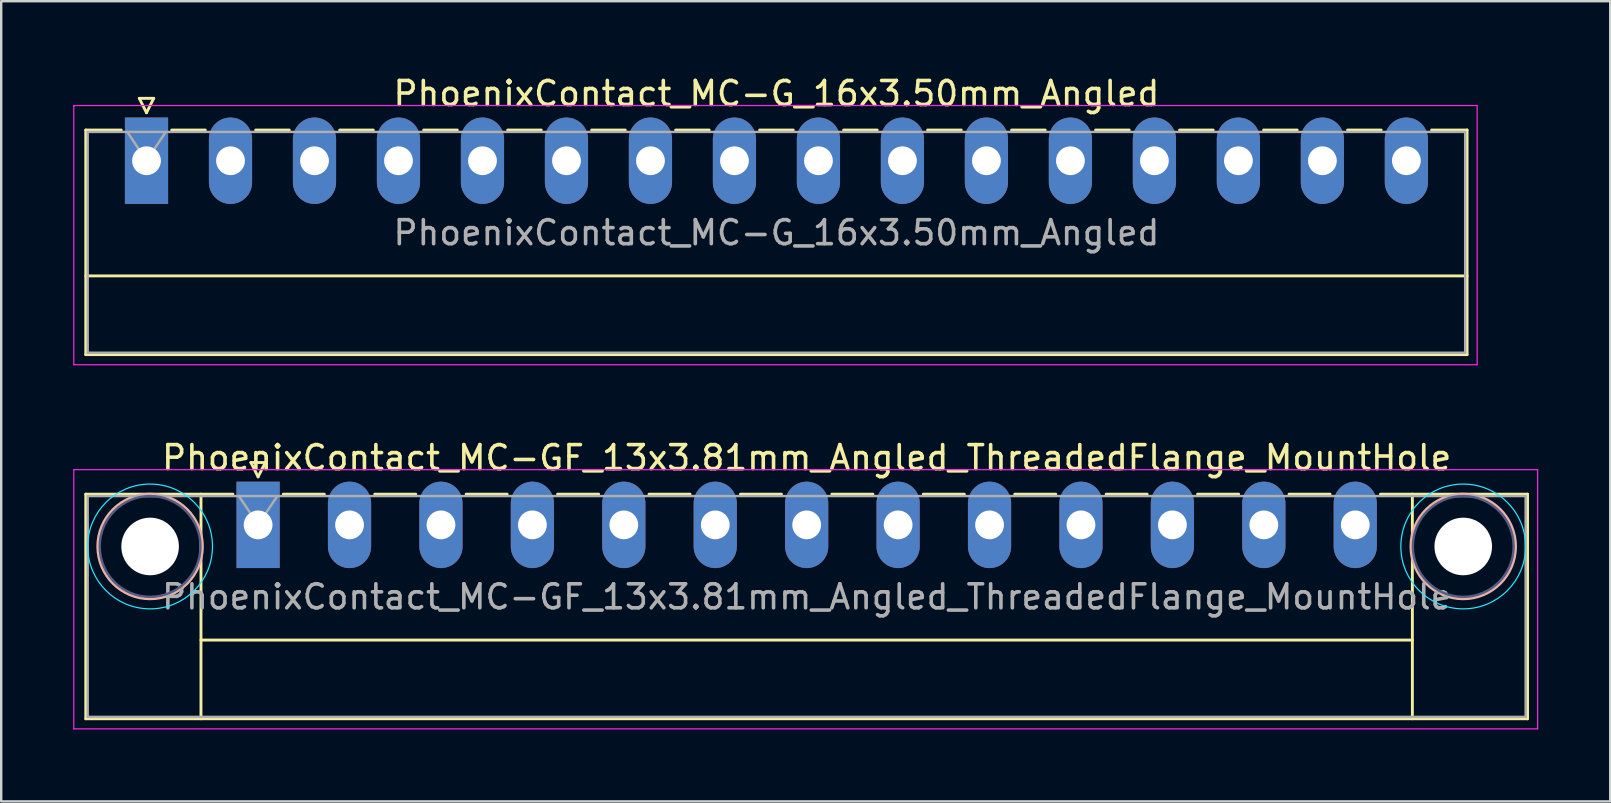
<source format=kicad_pcb>
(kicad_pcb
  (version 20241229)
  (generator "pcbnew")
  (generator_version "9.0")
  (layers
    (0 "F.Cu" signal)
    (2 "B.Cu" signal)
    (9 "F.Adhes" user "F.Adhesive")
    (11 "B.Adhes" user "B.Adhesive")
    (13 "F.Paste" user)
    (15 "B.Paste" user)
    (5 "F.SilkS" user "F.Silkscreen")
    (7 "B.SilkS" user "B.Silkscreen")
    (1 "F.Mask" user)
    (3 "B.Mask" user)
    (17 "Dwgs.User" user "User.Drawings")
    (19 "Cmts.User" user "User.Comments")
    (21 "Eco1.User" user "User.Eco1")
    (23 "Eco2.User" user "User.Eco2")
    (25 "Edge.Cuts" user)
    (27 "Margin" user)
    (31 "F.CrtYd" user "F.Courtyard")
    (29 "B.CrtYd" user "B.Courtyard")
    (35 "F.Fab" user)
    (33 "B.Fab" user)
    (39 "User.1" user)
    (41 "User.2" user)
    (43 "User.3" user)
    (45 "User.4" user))
  (footprint "PhoenixContact_MC-G_16x3.50mm_Angled"
    (layer "F.Cu")
    (at 3.055 3.648)
    (property "Reference" "PhoenixContact_MC-G_16x3.50mm_Angled" (at 26.25 -2.8 0) (layer "F.SilkS") (effects (font (size 1 1) (thickness 0.15))))
    (attr through_hole)
    (fp_line (start -2.53 -1.28) (end -2.53 8.08) (stroke (width 0.12) (type solid)) (layer "F.SilkS"))
    (fp_line (start -2.53 -1.28) (end -1.05 -1.28) (stroke (width 0.12) (type solid)) (layer "F.SilkS"))
    (fp_line (start -2.53 4.8) (end 55.03 4.8) (stroke (width 0.12) (type solid)) (layer "F.SilkS"))
    (fp_line (start -2.53 8.08) (end 55.03 8.08) (stroke (width 0.12) (type solid)) (layer "F.SilkS"))
    (fp_line (start -0.3 -2.6) (end 0.3 -2.6) (stroke (width 0.12) (type solid)) (layer "F.SilkS"))
    (fp_line (start 0 -2) (end -0.3 -2.6) (stroke (width 0.12) (type solid)) (layer "F.SilkS"))
    (fp_line (start 0.3 -2.6) (end 0 -2) (stroke (width 0.12) (type solid)) (layer "F.SilkS"))
    (fp_line (start 1.05 -1.28) (end 2.45 -1.28) (stroke (width 0.12) (type solid)) (layer "F.SilkS"))
    (fp_line (start 4.55 -1.28) (end 5.95 -1.28) (stroke (width 0.12) (type solid)) (layer "F.SilkS"))
    (fp_line (start 8.05 -1.28) (end 9.45 -1.28) (stroke (width 0.12) (type solid)) (layer "F.SilkS"))
    (fp_line (start 11.55 -1.28) (end 12.95 -1.28) (stroke (width 0.12) (type solid)) (layer "F.SilkS"))
    (fp_line (start 15.05 -1.28) (end 16.45 -1.28) (stroke (width 0.12) (type solid)) (layer "F.SilkS"))
    (fp_line (start 18.55 -1.28) (end 19.95 -1.28) (stroke (width 0.12) (type solid)) (layer "F.SilkS"))
    (fp_line (start 22.05 -1.28) (end 23.45 -1.28) (stroke (width 0.12) (type solid)) (layer "F.SilkS"))
    (fp_line (start 25.55 -1.28) (end 26.95 -1.28) (stroke (width 0.12) (type solid)) (layer "F.SilkS"))
    (fp_line (start 29.05 -1.28) (end 30.45 -1.28) (stroke (width 0.12) (type solid)) (layer "F.SilkS"))
    (fp_line (start 32.55 -1.28) (end 33.95 -1.28) (stroke (width 0.12) (type solid)) (layer "F.SilkS"))
    (fp_line (start 36.05 -1.28) (end 37.45 -1.28) (stroke (width 0.12) (type solid)) (layer "F.SilkS"))
    (fp_line (start 39.55 -1.28) (end 40.95 -1.28) (stroke (width 0.12) (type solid)) (layer "F.SilkS"))
    (fp_line (start 43.05 -1.28) (end 44.45 -1.28) (stroke (width 0.12) (type solid)) (layer "F.SilkS"))
    (fp_line (start 46.55 -1.28) (end 47.95 -1.28) (stroke (width 0.12) (type solid)) (layer "F.SilkS"))
    (fp_line (start 50.05 -1.28) (end 51.45 -1.28) (stroke (width 0.12) (type solid)) (layer "F.SilkS"))
    (fp_line (start 55.03 -1.28) (end 53.55 -1.28) (stroke (width 0.12) (type solid)) (layer "F.SilkS"))
    (fp_line (start 55.03 8.08) (end 55.03 -1.28) (stroke (width 0.12) (type solid)) (layer "F.SilkS"))
    (fp_line (start -3.03 -2.3) (end -3.03 8.5) (stroke (width 0.05) (type solid)) (layer "F.CrtYd"))
    (fp_line (start -3.03 8.5) (end 55.45 8.5) (stroke (width 0.05) (type solid)) (layer "F.CrtYd"))
    (fp_line (start 55.45 -2.3) (end -3.03 -2.3) (stroke (width 0.05) (type solid)) (layer "F.CrtYd"))
    (fp_line (start 55.45 8.5) (end 55.45 -2.3) (stroke (width 0.05) (type solid)) (layer "F.CrtYd"))
    (fp_line (start -2.45 -1.2) (end -2.45 8) (stroke (width 0.1) (type solid)) (layer "F.Fab"))
    (fp_line (start -2.45 8) (end 54.95 8) (stroke (width 0.1) (type solid)) (layer "F.Fab"))
    (fp_line (start 0 0) (end -0.8 -1.2) (stroke (width 0.1) (type solid)) (layer "F.Fab"))
    (fp_line (start 0.8 -1.2) (end 0 0) (stroke (width 0.1) (type solid)) (layer "F.Fab"))
    (fp_line (start 54.95 -1.2) (end -2.45 -1.2) (stroke (width 0.1) (type solid)) (layer "F.Fab"))
    (fp_line (start 54.95 8) (end 54.95 -1.2) (stroke (width 0.1) (type solid)) (layer "F.Fab"))
    (fp_text user "${REFERENCE}" (at 26.25 3 0) (layer "F.Fab") (effects (font (size 1 1) (thickness 0.15))))
    (pad "1" thru_hole rect (at 0 0) (size 1.8 3.6) (drill 1.2) (layers "*.Cu" "*.Mask"))
    (pad "2" thru_hole oval (at 3.5 0) (size 1.8 3.6) (drill 1.2) (layers "*.Cu" "*.Mask"))
    (pad "3" thru_hole oval (at 7 0) (size 1.8 3.6) (drill 1.2) (layers "*.Cu" "*.Mask"))
    (pad "4" thru_hole oval (at 10.5 0) (size 1.8 3.6) (drill 1.2) (layers "*.Cu" "*.Mask"))
    (pad "5" thru_hole oval (at 14 0) (size 1.8 3.6) (drill 1.2) (layers "*.Cu" "*.Mask"))
    (pad "6" thru_hole oval (at 17.5 0) (size 1.8 3.6) (drill 1.2) (layers "*.Cu" "*.Mask"))
    (pad "7" thru_hole oval (at 21 0) (size 1.8 3.6) (drill 1.2) (layers "*.Cu" "*.Mask"))
    (pad "8" thru_hole oval (at 24.5 0) (size 1.8 3.6) (drill 1.2) (layers "*.Cu" "*.Mask"))
    (pad "9" thru_hole oval (at 28 0) (size 1.8 3.6) (drill 1.2) (layers "*.Cu" "*.Mask"))
    (pad "10" thru_hole oval (at 31.5 0) (size 1.8 3.6) (drill 1.2) (layers "*.Cu" "*.Mask"))
    (pad "11" thru_hole oval (at 35 0) (size 1.8 3.6) (drill 1.2) (layers "*.Cu" "*.Mask"))
    (pad "12" thru_hole oval (at 38.5 0) (size 1.8 3.6) (drill 1.2) (layers "*.Cu" "*.Mask"))
    (pad "13" thru_hole oval (at 42 0) (size 1.8 3.6) (drill 1.2) (layers "*.Cu" "*.Mask"))
    (pad "14" thru_hole oval (at 45.5 0) (size 1.8 3.6) (drill 1.2) (layers "*.Cu" "*.Mask"))
    (pad "15" thru_hole oval (at 49 0) (size 1.8 3.6) (drill 1.2) (layers "*.Cu" "*.Mask"))
    (pad "16" thru_hole oval (at 52.5 0) (size 1.8 3.6) (drill 1.2) (layers "*.Cu" "*.Mask")))
  (footprint "PhoenixContact_MC-GF_13x3.81mm_Angled_ThreadedFlange_MountHole"
    (layer "F.Cu")
    (at 7.705 18.822)
    (property "Reference" "PhoenixContact_MC-GF_13x3.81mm_Angled_ThreadedFlange_MountHole" (at 22.86 -2.8 0) (layer "F.SilkS") (effects (font (size 1 1) (thickness 0.15))))
    (attr through_hole)
    (fp_line (start -7.18 -1.28) (end -7.18 8.08) (stroke (width 0.12) (type solid)) (layer "F.SilkS"))
    (fp_line (start -7.18 -1.28) (end -1.05 -1.28) (stroke (width 0.12) (type solid)) (layer "F.SilkS"))
    (fp_line (start -7.18 8.08) (end 52.9 8.08) (stroke (width 0.12) (type solid)) (layer "F.SilkS"))
    (fp_line (start -2.38 -1.28) (end -2.38 8.08) (stroke (width 0.12) (type solid)) (layer "F.SilkS"))
    (fp_line (start -2.38 4.8) (end 48.1 4.8) (stroke (width 0.12) (type solid)) (layer "F.SilkS"))
    (fp_line (start -0.3 -2.6) (end 0.3 -2.6) (stroke (width 0.12) (type solid)) (layer "F.SilkS"))
    (fp_line (start 0 -2) (end -0.3 -2.6) (stroke (width 0.12) (type solid)) (layer "F.SilkS"))
    (fp_line (start 0.3 -2.6) (end 0 -2) (stroke (width 0.12) (type solid)) (layer "F.SilkS"))
    (fp_line (start 1.05 -1.28) (end 2.76 -1.28) (stroke (width 0.12) (type solid)) (layer "F.SilkS"))
    (fp_line (start 4.86 -1.28) (end 6.57 -1.28) (stroke (width 0.12) (type solid)) (layer "F.SilkS"))
    (fp_line (start 8.67 -1.28) (end 10.38 -1.28) (stroke (width 0.12) (type solid)) (layer "F.SilkS"))
    (fp_line (start 12.48 -1.28) (end 14.19 -1.28) (stroke (width 0.12) (type solid)) (layer "F.SilkS"))
    (fp_line (start 16.29 -1.28) (end 18 -1.28) (stroke (width 0.12) (type solid)) (layer "F.SilkS"))
    (fp_line (start 20.1 -1.28) (end 21.81 -1.28) (stroke (width 0.12) (type solid)) (layer "F.SilkS"))
    (fp_line (start 23.91 -1.28) (end 25.62 -1.28) (stroke (width 0.12) (type solid)) (layer "F.SilkS"))
    (fp_line (start 27.72 -1.28) (end 29.43 -1.28) (stroke (width 0.12) (type solid)) (layer "F.SilkS"))
    (fp_line (start 31.53 -1.28) (end 33.24 -1.28) (stroke (width 0.12) (type solid)) (layer "F.SilkS"))
    (fp_line (start 35.34 -1.28) (end 37.05 -1.28) (stroke (width 0.12) (type solid)) (layer "F.SilkS"))
    (fp_line (start 39.15 -1.28) (end 40.86 -1.28) (stroke (width 0.12) (type solid)) (layer "F.SilkS"))
    (fp_line (start 42.96 -1.28) (end 44.67 -1.28) (stroke (width 0.12) (type solid)) (layer "F.SilkS"))
    (fp_line (start 48.1 -1.28) (end 48.1 8.08) (stroke (width 0.12) (type solid)) (layer "F.SilkS"))
    (fp_line (start 52.9 -1.28) (end 46.77 -1.28) (stroke (width 0.12) (type solid)) (layer "F.SilkS"))
    (fp_line (start 52.9 8.08) (end 52.9 -1.28) (stroke (width 0.12) (type solid)) (layer "F.SilkS"))
    (fp_circle (center -4.5 0.9) (end -2.32 0.9) (stroke (width 0.12) (type solid)) (fill no) (layer "B.SilkS"))
    (fp_circle (center 50.22 0.9) (end 52.4 0.9) (stroke (width 0.12) (type solid)) (fill no) (layer "B.SilkS"))
    (fp_circle (center -4.5 0.9) (end -1.9 0.9) (stroke (width 0.05) (type solid)) (fill no) (layer "B.CrtYd"))
    (fp_circle (center 50.22 0.9) (end 52.82 0.9) (stroke (width 0.05) (type solid)) (fill no) (layer "B.CrtYd"))
    (fp_line (start -7.68 -2.3) (end -7.68 8.5) (stroke (width 0.05) (type solid)) (layer "F.CrtYd"))
    (fp_line (start -7.68 8.5) (end 53.32 8.5) (stroke (width 0.05) (type solid)) (layer "F.CrtYd"))
    (fp_line (start 53.32 -2.3) (end -7.68 -2.3) (stroke (width 0.05) (type solid)) (layer "F.CrtYd"))
    (fp_line (start 53.32 8.5) (end 53.32 -2.3) (stroke (width 0.05) (type solid)) (layer "F.CrtYd"))
    (fp_circle (center -4.5 0.9) (end -2.4 0.9) (stroke (width 0.1) (type solid)) (fill no) (layer "B.Fab"))
    (fp_circle (center 50.22 0.9) (end 52.32 0.9) (stroke (width 0.1) (type solid)) (fill no) (layer "B.Fab"))
    (fp_line (start -7.1 -1.2) (end -7.1 8) (stroke (width 0.1) (type solid)) (layer "F.Fab"))
    (fp_line (start -7.1 8) (end 52.82 8) (stroke (width 0.1) (type solid)) (layer "F.Fab"))
    (fp_line (start 0 0) (end -0.8 -1.2) (stroke (width 0.1) (type solid)) (layer "F.Fab"))
    (fp_line (start 0.8 -1.2) (end 0 0) (stroke (width 0.1) (type solid)) (layer "F.Fab"))
    (fp_line (start 52.82 -1.2) (end -7.1 -1.2) (stroke (width 0.1) (type solid)) (layer "F.Fab"))
    (fp_line (start 52.82 8) (end 52.82 -1.2) (stroke (width 0.1) (type solid)) (layer "F.Fab"))
    (fp_text user "${REFERENCE}" (at 22.86 3 0) (layer "F.Fab") (effects (font (size 1 1) (thickness 0.15))))
    (pad "" np_thru_hole circle (at -4.5 0.9) (size 2.4 2.4) (drill 2.4) (layers "*.Cu" "*.Mask"))
    (pad "" np_thru_hole circle (at 50.22 0.9) (size 2.4 2.4) (drill 2.4) (layers "*.Cu" "*.Mask"))
    (pad "1" thru_hole rect (at 0 0) (size 1.8 3.6) (drill 1.2) (layers "*.Cu" "*.Mask"))
    (pad "2" thru_hole oval (at 3.81 0) (size 1.8 3.6) (drill 1.2) (layers "*.Cu" "*.Mask"))
    (pad "3" thru_hole oval (at 7.62 0) (size 1.8 3.6) (drill 1.2) (layers "*.Cu" "*.Mask"))
    (pad "4" thru_hole oval (at 11.43 0) (size 1.8 3.6) (drill 1.2) (layers "*.Cu" "*.Mask"))
    (pad "5" thru_hole oval (at 15.24 0) (size 1.8 3.6) (drill 1.2) (layers "*.Cu" "*.Mask"))
    (pad "6" thru_hole oval (at 19.05 0) (size 1.8 3.6) (drill 1.2) (layers "*.Cu" "*.Mask"))
    (pad "7" thru_hole oval (at 22.86 0) (size 1.8 3.6) (drill 1.2) (layers "*.Cu" "*.Mask"))
    (pad "8" thru_hole oval (at 26.67 0) (size 1.8 3.6) (drill 1.2) (layers "*.Cu" "*.Mask"))
    (pad "9" thru_hole oval (at 30.48 0) (size 1.8 3.6) (drill 1.2) (layers "*.Cu" "*.Mask"))
    (pad "10" thru_hole oval (at 34.29 0) (size 1.8 3.6) (drill 1.2) (layers "*.Cu" "*.Mask"))
    (pad "11" thru_hole oval (at 38.1 0) (size 1.8 3.6) (drill 1.2) (layers "*.Cu" "*.Mask"))
    (pad "12" thru_hole oval (at 41.91 0) (size 1.8 3.6) (drill 1.2) (layers "*.Cu" "*.Mask"))
    (pad "13" thru_hole oval (at 45.72 0) (size 1.8 3.6) (drill 1.2) (layers "*.Cu" "*.Mask")))
  (gr_rect
    (start -3 -3)
    (end 64.05 30.346)
    (stroke (width 0.1) (type default))
    (fill no)
    (layer "Edge.Cuts")))
</source>
